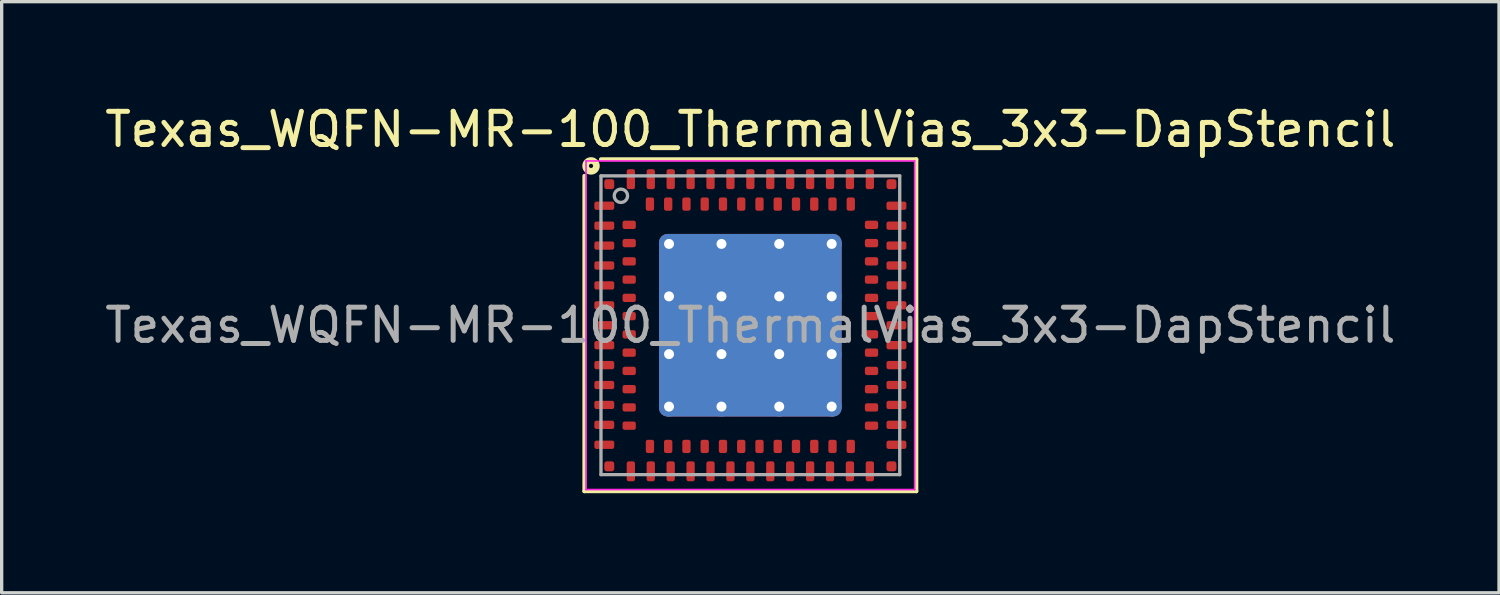
<source format=kicad_pcb>
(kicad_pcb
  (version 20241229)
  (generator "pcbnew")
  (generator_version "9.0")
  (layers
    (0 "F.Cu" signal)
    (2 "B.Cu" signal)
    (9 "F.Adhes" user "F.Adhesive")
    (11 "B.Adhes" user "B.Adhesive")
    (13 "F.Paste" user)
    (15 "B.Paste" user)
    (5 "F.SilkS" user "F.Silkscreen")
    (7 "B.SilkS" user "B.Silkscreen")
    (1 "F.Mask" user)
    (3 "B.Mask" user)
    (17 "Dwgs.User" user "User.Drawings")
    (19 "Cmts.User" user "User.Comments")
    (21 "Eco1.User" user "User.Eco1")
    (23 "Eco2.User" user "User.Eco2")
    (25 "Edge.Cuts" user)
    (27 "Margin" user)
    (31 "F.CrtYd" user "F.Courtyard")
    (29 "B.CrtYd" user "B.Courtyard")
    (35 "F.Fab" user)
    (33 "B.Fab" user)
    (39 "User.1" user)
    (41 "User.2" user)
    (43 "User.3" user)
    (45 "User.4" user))
  (footprint "Texas_WQFN-MR-100_ThermalVias_3x3-DapStencil"
    (layer "F.Cu")
    (at 19.554 6.748)
    (property "Reference" "Texas_WQFN-MR-100_ThermalVias_3x3-DapStencil" (at 0 -5.9 0) (layer "F.SilkS") (effects (font (size 1 1) (thickness 0.15))))
    (attr smd)
    (fp_line (start -5 5) (end -5 -4.5) (stroke (width 0.12) (type solid)) (layer "F.SilkS"))
    (fp_line (start -4.5 -5) (end 5 -5) (stroke (width 0.12) (type solid)) (layer "F.SilkS"))
    (fp_line (start 5 -5) (end 5 5) (stroke (width 0.12) (type solid)) (layer "F.SilkS"))
    (fp_line (start 5 5) (end -5 5) (stroke (width 0.12) (type solid)) (layer "F.SilkS"))
    (fp_circle (center -4.8 -4.8) (end -4.737 -4.8) (stroke (width 0.2) (type solid)) (fill no) (layer "F.SilkS"))
    (fp_line (start -4.95 -4.95) (end 4.95 -4.95) (stroke (width 0.05) (type solid)) (layer "F.CrtYd"))
    (fp_line (start -4.95 4.95) (end -4.95 -4.95) (stroke (width 0.05) (type solid)) (layer "F.CrtYd"))
    (fp_line (start 4.95 -4.95) (end 4.95 4.95) (stroke (width 0.05) (type solid)) (layer "F.CrtYd"))
    (fp_line (start 4.95 4.95) (end -4.95 4.95) (stroke (width 0.05) (type solid)) (layer "F.CrtYd"))
    (fp_line (start -4.5 -4.5) (end -4.5 4.5) (stroke (width 0.1) (type solid)) (layer "F.Fab"))
    (fp_line (start -4.5 -4.5) (end 4.5 -4.5) (stroke (width 0.1) (type solid)) (layer "F.Fab"))
    (fp_line (start -4.5 4.5) (end 4.5 4.5) (stroke (width 0.1) (type solid)) (layer "F.Fab"))
    (fp_line (start 4.5 -4.5) (end 4.5 4.5) (stroke (width 0.1) (type solid)) (layer "F.Fab"))
    (fp_circle (center -3.9 -3.9) (end -3.7 -3.9) (stroke (width 0.1) (type solid)) (fill no) (layer "F.Fab"))
    (fp_text user "${REFERENCE}" (at 0 0 0) (layer "F.Fab") (effects (font (size 1 1) (thickness 0.15))))
    (pad "" smd roundrect (at -1.66 -1.66) (size 1.5 1.5) (layers "F.Paste") (roundrect_rratio 0.167))
    (pad "" smd roundrect (at -1.66 0) (size 1.5 1.5) (layers "F.Paste") (roundrect_rratio 0.167))
    (pad "" smd roundrect (at -1.66 1.66) (size 1.5 1.5) (layers "F.Paste") (roundrect_rratio 0.167))
    (pad "" smd roundrect (at 0 -1.66) (size 1.5 1.5) (layers "F.Paste") (roundrect_rratio 0.167))
    (pad "" smd roundrect (at 0 0) (size 1.5 1.5) (layers "F.Paste") (roundrect_rratio 0.167))
    (pad "" smd roundrect (at 0 1.66) (size 1.5 1.5) (layers "F.Paste") (roundrect_rratio 0.167))
    (pad "" smd roundrect (at 1.66 -1.66) (size 1.5 1.5) (layers "F.Paste") (roundrect_rratio 0.167))
    (pad "" smd roundrect (at 1.66 0) (size 1.5 1.5) (layers "F.Paste") (roundrect_rratio 0.167))
    (pad "" smd roundrect (at 1.66 1.66) (size 1.5 1.5) (layers "F.Paste") (roundrect_rratio 0.167))
    (pad "A1" smd roundrect (at -4.4 -3.6 90) (size 0.25 0.6) (layers "F.Cu" "F.Mask" "F.Paste") (roundrect_rratio 0.25))
    (pad "A2" smd roundrect (at -4.4 -3 90) (size 0.25 0.6) (layers "F.Cu" "F.Mask" "F.Paste") (roundrect_rratio 0.25))
    (pad "A3" smd roundrect (at -4.4 -2.4 90) (size 0.25 0.6) (layers "F.Cu" "F.Mask" "F.Paste") (roundrect_rratio 0.25))
    (pad "A4" smd roundrect (at -4.4 -1.8 90) (size 0.25 0.6) (layers "F.Cu" "F.Mask" "F.Paste") (roundrect_rratio 0.25))
    (pad "A5" smd roundrect (at -4.4 -1.2 90) (size 0.25 0.6) (layers "F.Cu" "F.Mask" "F.Paste") (roundrect_rratio 0.25))
    (pad "A6" smd roundrect (at -4.4 -0.6 90) (size 0.25 0.6) (layers "F.Cu" "F.Mask" "F.Paste") (roundrect_rratio 0.25))
    (pad "A7" smd roundrect (at -4.4 0 90) (size 0.25 0.6) (layers "F.Cu" "F.Mask" "F.Paste") (roundrect_rratio 0.25))
    (pad "A8" smd roundrect (at -4.4 0.6 90) (size 0.25 0.6) (layers "F.Cu" "F.Mask" "F.Paste") (roundrect_rratio 0.25))
    (pad "A9" smd roundrect (at -4.4 1.2 90) (size 0.25 0.6) (layers "F.Cu" "F.Mask" "F.Paste") (roundrect_rratio 0.25))
    (pad "A10" smd roundrect (at -4.4 1.8 90) (size 0.25 0.6) (layers "F.Cu" "F.Mask" "F.Paste") (roundrect_rratio 0.25))
    (pad "A11" smd roundrect (at -4.4 2.4 90) (size 0.25 0.6) (layers "F.Cu" "F.Mask" "F.Paste") (roundrect_rratio 0.25))
    (pad "A12" smd roundrect (at -4.4 3 90) (size 0.25 0.6) (layers "F.Cu" "F.Mask" "F.Paste") (roundrect_rratio 0.25))
    (pad "A13" smd roundrect (at -4.4 3.6 90) (size 0.25 0.6) (layers "F.Cu" "F.Mask" "F.Paste") (roundrect_rratio 0.25))
    (pad "A14" smd roundrect (at -3.6 4.4) (size 0.25 0.6) (layers "F.Cu" "F.Mask" "F.Paste") (roundrect_rratio 0.25))
    (pad "A15" smd roundrect (at -3 4.4) (size 0.25 0.6) (layers "F.Cu" "F.Mask" "F.Paste") (roundrect_rratio 0.25))
    (pad "A16" smd roundrect (at -2.4 4.4) (size 0.25 0.6) (layers "F.Cu" "F.Mask" "F.Paste") (roundrect_rratio 0.25))
    (pad "A17" smd roundrect (at -1.8 4.4) (size 0.25 0.6) (layers "F.Cu" "F.Mask" "F.Paste") (roundrect_rratio 0.25))
    (pad "A18" smd roundrect (at -1.2 4.4) (size 0.25 0.6) (layers "F.Cu" "F.Mask" "F.Paste") (roundrect_rratio 0.25))
    (pad "A19" smd roundrect (at -0.6 4.4) (size 0.25 0.6) (layers "F.Cu" "F.Mask" "F.Paste") (roundrect_rratio 0.25))
    (pad "A20" smd roundrect (at 0 4.4) (size 0.25 0.6) (layers "F.Cu" "F.Mask" "F.Paste") (roundrect_rratio 0.25))
    (pad "A21" smd roundrect (at 0.6 4.4) (size 0.25 0.6) (layers "F.Cu" "F.Mask" "F.Paste") (roundrect_rratio 0.25))
    (pad "A22" smd roundrect (at 1.2 4.4) (size 0.25 0.6) (layers "F.Cu" "F.Mask" "F.Paste") (roundrect_rratio 0.25))
    (pad "A23" smd roundrect (at 1.8 4.4) (size 0.25 0.6) (layers "F.Cu" "F.Mask" "F.Paste") (roundrect_rratio 0.25))
    (pad "A24" smd roundrect (at 2.4 4.4) (size 0.25 0.6) (layers "F.Cu" "F.Mask" "F.Paste") (roundrect_rratio 0.25))
    (pad "A25" smd roundrect (at 3 4.4) (size 0.25 0.6) (layers "F.Cu" "F.Mask" "F.Paste") (roundrect_rratio 0.25))
    (pad "A26" smd roundrect (at 3.6 4.4) (size 0.25 0.6) (layers "F.Cu" "F.Mask" "F.Paste") (roundrect_rratio 0.25))
    (pad "A27" smd roundrect (at 4.4 3.6 90) (size 0.25 0.6) (layers "F.Cu" "F.Mask" "F.Paste") (roundrect_rratio 0.25))
    (pad "A28" smd roundrect (at 4.4 3 90) (size 0.25 0.6) (layers "F.Cu" "F.Mask" "F.Paste") (roundrect_rratio 0.25))
    (pad "A29" smd roundrect (at 4.4 2.4 90) (size 0.25 0.6) (layers "F.Cu" "F.Mask" "F.Paste") (roundrect_rratio 0.25))
    (pad "A30" smd roundrect (at 4.4 1.8 90) (size 0.25 0.6) (layers "F.Cu" "F.Mask" "F.Paste") (roundrect_rratio 0.25))
    (pad "A31" smd roundrect (at 4.4 1.2 90) (size 0.25 0.6) (layers "F.Cu" "F.Mask" "F.Paste") (roundrect_rratio 0.25))
    (pad "A32" smd roundrect (at 4.4 0.6 90) (size 0.25 0.6) (layers "F.Cu" "F.Mask" "F.Paste") (roundrect_rratio 0.25))
    (pad "A33" smd roundrect (at 4.4 0 90) (size 0.25 0.6) (layers "F.Cu" "F.Mask" "F.Paste") (roundrect_rratio 0.25))
    (pad "A34" smd roundrect (at 4.4 -0.6 90) (size 0.25 0.6) (layers "F.Cu" "F.Mask" "F.Paste") (roundrect_rratio 0.25))
    (pad "A35" smd roundrect (at 4.4 -1.2 90) (size 0.25 0.6) (layers "F.Cu" "F.Mask" "F.Paste") (roundrect_rratio 0.25))
    (pad "A36" smd roundrect (at 4.4 -1.8 90) (size 0.25 0.6) (layers "F.Cu" "F.Mask" "F.Paste") (roundrect_rratio 0.25))
    (pad "A37" smd roundrect (at 4.4 -2.4 90) (size 0.25 0.6) (layers "F.Cu" "F.Mask" "F.Paste") (roundrect_rratio 0.25))
    (pad "A38" smd roundrect (at 4.4 -3 90) (size 0.25 0.6) (layers "F.Cu" "F.Mask" "F.Paste") (roundrect_rratio 0.25))
    (pad "A39" smd roundrect (at 4.4 -3.6 90) (size 0.25 0.6) (layers "F.Cu" "F.Mask" "F.Paste") (roundrect_rratio 0.25))
    (pad "A40" smd roundrect (at 3.6 -4.4) (size 0.25 0.6) (layers "F.Cu" "F.Mask" "F.Paste") (roundrect_rratio 0.25))
    (pad "A41" smd roundrect (at 3 -4.4) (size 0.25 0.6) (layers "F.Cu" "F.Mask" "F.Paste") (roundrect_rratio 0.25))
    (pad "A42" smd roundrect (at 2.4 -4.4) (size 0.25 0.6) (layers "F.Cu" "F.Mask" "F.Paste") (roundrect_rratio 0.25))
    (pad "A43" smd roundrect (at 1.8 -4.4) (size 0.25 0.6) (layers "F.Cu" "F.Mask" "F.Paste") (roundrect_rratio 0.25))
    (pad "A44" smd roundrect (at 1.2 -4.4) (size 0.25 0.6) (layers "F.Cu" "F.Mask" "F.Paste") (roundrect_rratio 0.25))
    (pad "A45" smd roundrect (at 0.6 -4.4) (size 0.25 0.6) (layers "F.Cu" "F.Mask" "F.Paste") (roundrect_rratio 0.25))
    (pad "A46" smd roundrect (at 0 -4.4) (size 0.25 0.6) (layers "F.Cu" "F.Mask" "F.Paste") (roundrect_rratio 0.25))
    (pad "A47" smd roundrect (at -0.6 -4.4) (size 0.25 0.6) (layers "F.Cu" "F.Mask" "F.Paste") (roundrect_rratio 0.25))
    (pad "A48" smd roundrect (at -1.2 -4.4) (size 0.25 0.6) (layers "F.Cu" "F.Mask" "F.Paste") (roundrect_rratio 0.25))
    (pad "A49" smd roundrect (at -1.8 -4.4) (size 0.25 0.6) (layers "F.Cu" "F.Mask" "F.Paste") (roundrect_rratio 0.25))
    (pad "A50" smd roundrect (at -2.4 -4.4) (size 0.25 0.6) (layers "F.Cu" "F.Mask" "F.Paste") (roundrect_rratio 0.25))
    (pad "A51" smd roundrect (at -3 -4.4) (size 0.25 0.6) (layers "F.Cu" "F.Mask" "F.Paste") (roundrect_rratio 0.25))
    (pad "A52" smd roundrect (at -3.6 -4.4) (size 0.25 0.6) (layers "F.Cu" "F.Mask" "F.Paste") (roundrect_rratio 0.25))
    (pad "A53" thru_hole circle (at -2.45 -2.45) (size 0.6 0.6) (drill 0.3) (property pad_prop_heatsink) (layers "*.Cu"))
    (pad "A53" thru_hole circle (at -2.45 -0.87) (size 0.6 0.6) (drill 0.3) (property pad_prop_heatsink) (layers "*.Cu"))
    (pad "A53" thru_hole circle (at -2.45 0.87) (size 0.6 0.6) (drill 0.3) (property pad_prop_heatsink) (layers "*.Cu"))
    (pad "A53" thru_hole circle (at -2.45 2.45) (size 0.6 0.6) (drill 0.3) (property pad_prop_heatsink) (layers "*.Cu"))
    (pad "A53" thru_hole circle (at -0.87 -2.45) (size 0.6 0.6) (drill 0.3) (property pad_prop_heatsink) (layers "*.Cu"))
    (pad "A53" thru_hole circle (at -0.87 -0.87) (size 0.6 0.6) (drill 0.3) (property pad_prop_heatsink) (layers "*.Cu"))
    (pad "A53" thru_hole circle (at -0.87 0.87) (size 0.6 0.6) (drill 0.3) (property pad_prop_heatsink) (layers "*.Cu"))
    (pad "A53" thru_hole circle (at -0.87 2.45) (size 0.6 0.6) (drill 0.3) (property pad_prop_heatsink) (layers "*.Cu"))
    (pad "A53" smd roundrect (at 0 0) (size 5.5 5.5) (layers "F.Cu" "F.Mask") (roundrect_rratio 0.045))
    (pad "A53" smd roundrect (at 0 0) (size 5.5 5.5) (layers "B.Cu" "B.Mask") (roundrect_rratio 0.045))
    (pad "A53" thru_hole circle (at 0.87 -2.45) (size 0.6 0.6) (drill 0.3) (property pad_prop_heatsink) (layers "*.Cu"))
    (pad "A53" thru_hole circle (at 0.87 -0.87) (size 0.6 0.6) (drill 0.3) (property pad_prop_heatsink) (layers "*.Cu"))
    (pad "A53" thru_hole circle (at 0.87 0.87) (size 0.6 0.6) (drill 0.3) (property pad_prop_heatsink) (layers "*.Cu"))
    (pad "A53" thru_hole circle (at 0.87 2.45) (size 0.6 0.6) (drill 0.3) (property pad_prop_heatsink) (layers "*.Cu"))
    (pad "A53" thru_hole circle (at 2.45 -2.45) (size 0.6 0.6) (drill 0.3) (property pad_prop_heatsink) (layers "*.Cu"))
    (pad "A53" thru_hole circle (at 2.45 -0.87) (size 0.6 0.6) (drill 0.3) (property pad_prop_heatsink) (layers "*.Cu"))
    (pad "A53" thru_hole circle (at 2.45 0.87) (size 0.6 0.6) (drill 0.3) (property pad_prop_heatsink) (layers "*.Cu"))
    (pad "A53" thru_hole circle (at 2.45 2.45) (size 0.6 0.6) (drill 0.3) (property pad_prop_heatsink) (layers "*.Cu"))
    (pad "B1" smd roundrect (at -3.65 -3.025 90) (size 0.25 0.4) (layers "F.Cu" "F.Mask" "F.Paste") (roundrect_rratio 0.25))
    (pad "B2" smd roundrect (at -3.65 -2.475 90) (size 0.25 0.4) (layers "F.Cu" "F.Mask" "F.Paste") (roundrect_rratio 0.25))
    (pad "B3" smd roundrect (at -3.65 -1.925 90) (size 0.25 0.4) (layers "F.Cu" "F.Mask" "F.Paste") (roundrect_rratio 0.25))
    (pad "B4" smd roundrect (at -3.65 -1.375 90) (size 0.25 0.4) (layers "F.Cu" "F.Mask" "F.Paste") (roundrect_rratio 0.25))
    (pad "B5" smd roundrect (at -3.65 -0.825 90) (size 0.25 0.4) (layers "F.Cu" "F.Mask" "F.Paste") (roundrect_rratio 0.25))
    (pad "B6" smd roundrect (at -3.65 -0.275 90) (size 0.25 0.4) (layers "F.Cu" "F.Mask" "F.Paste") (roundrect_rratio 0.25))
    (pad "B7" smd roundrect (at -3.65 0.275 90) (size 0.25 0.4) (layers "F.Cu" "F.Mask" "F.Paste") (roundrect_rratio 0.25))
    (pad "B8" smd roundrect (at -3.65 0.825 90) (size 0.25 0.4) (layers "F.Cu" "F.Mask" "F.Paste") (roundrect_rratio 0.25))
    (pad "B9" smd roundrect (at -3.65 1.375 90) (size 0.25 0.4) (layers "F.Cu" "F.Mask" "F.Paste") (roundrect_rratio 0.25))
    (pad "B10" smd roundrect (at -3.65 1.925 90) (size 0.25 0.4) (layers "F.Cu" "F.Mask" "F.Paste") (roundrect_rratio 0.25))
    (pad "B11" smd roundrect (at -3.65 2.475 90) (size 0.25 0.4) (layers "F.Cu" "F.Mask" "F.Paste") (roundrect_rratio 0.25))
    (pad "B12" smd roundrect (at -3.65 3.025 90) (size 0.25 0.4) (layers "F.Cu" "F.Mask" "F.Paste") (roundrect_rratio 0.25))
    (pad "B13" smd roundrect (at -3.025 3.65) (size 0.25 0.4) (layers "F.Cu" "F.Mask" "F.Paste") (roundrect_rratio 0.25))
    (pad "B14" smd roundrect (at -2.475 3.65) (size 0.25 0.4) (layers "F.Cu" "F.Mask" "F.Paste") (roundrect_rratio 0.25))
    (pad "B15" smd roundrect (at -1.925 3.65) (size 0.25 0.4) (layers "F.Cu" "F.Mask" "F.Paste") (roundrect_rratio 0.25))
    (pad "B16" smd roundrect (at -1.375 3.65) (size 0.25 0.4) (layers "F.Cu" "F.Mask" "F.Paste") (roundrect_rratio 0.25))
    (pad "B17" smd roundrect (at -0.825 3.65) (size 0.25 0.4) (layers "F.Cu" "F.Mask" "F.Paste") (roundrect_rratio 0.25))
    (pad "B18" smd roundrect (at -0.275 3.65) (size 0.25 0.4) (layers "F.Cu" "F.Mask" "F.Paste") (roundrect_rratio 0.25))
    (pad "B19" smd roundrect (at 0.275 3.65) (size 0.25 0.4) (layers "F.Cu" "F.Mask" "F.Paste") (roundrect_rratio 0.25))
    (pad "B20" smd roundrect (at 0.825 3.65) (size 0.25 0.4) (layers "F.Cu" "F.Mask" "F.Paste") (roundrect_rratio 0.25))
    (pad "B21" smd roundrect (at 1.375 3.65) (size 0.25 0.4) (layers "F.Cu" "F.Mask" "F.Paste") (roundrect_rratio 0.25))
    (pad "B22" smd roundrect (at 1.925 3.65) (size 0.25 0.4) (layers "F.Cu" "F.Mask" "F.Paste") (roundrect_rratio 0.25))
    (pad "B23" smd roundrect (at 2.475 3.65) (size 0.25 0.4) (layers "F.Cu" "F.Mask" "F.Paste") (roundrect_rratio 0.25))
    (pad "B24" smd roundrect (at 3.025 3.65) (size 0.25 0.4) (layers "F.Cu" "F.Mask" "F.Paste") (roundrect_rratio 0.25))
    (pad "B25" smd roundrect (at 3.65 3.025 90) (size 0.25 0.4) (layers "F.Cu" "F.Mask" "F.Paste") (roundrect_rratio 0.25))
    (pad "B26" smd roundrect (at 3.65 2.475 90) (size 0.25 0.4) (layers "F.Cu" "F.Mask" "F.Paste") (roundrect_rratio 0.25))
    (pad "B27" smd roundrect (at 3.65 1.925 90) (size 0.25 0.4) (layers "F.Cu" "F.Mask" "F.Paste") (roundrect_rratio 0.25))
    (pad "B28" smd roundrect (at 3.65 1.375 90) (size 0.25 0.4) (layers "F.Cu" "F.Mask" "F.Paste") (roundrect_rratio 0.25))
    (pad "B29" smd roundrect (at 3.65 0.825 90) (size 0.25 0.4) (layers "F.Cu" "F.Mask" "F.Paste") (roundrect_rratio 0.25))
    (pad "B30" smd roundrect (at 3.65 0.275 90) (size 0.25 0.4) (layers "F.Cu" "F.Mask" "F.Paste") (roundrect_rratio 0.25))
    (pad "B31" smd roundrect (at 3.65 -0.275 90) (size 0.25 0.4) (layers "F.Cu" "F.Mask" "F.Paste") (roundrect_rratio 0.25))
    (pad "B32" smd roundrect (at 3.65 -0.825 90) (size 0.25 0.4) (layers "F.Cu" "F.Mask" "F.Paste") (roundrect_rratio 0.25))
    (pad "B33" smd roundrect (at 3.65 -1.375 90) (size 0.25 0.4) (layers "F.Cu" "F.Mask" "F.Paste") (roundrect_rratio 0.25))
    (pad "B34" smd roundrect (at 3.65 -1.925 90) (size 0.25 0.4) (layers "F.Cu" "F.Mask" "F.Paste") (roundrect_rratio 0.25))
    (pad "B35" smd roundrect (at 3.65 -2.475 90) (size 0.25 0.4) (layers "F.Cu" "F.Mask" "F.Paste") (roundrect_rratio 0.25))
    (pad "B36" smd roundrect (at 3.65 -3.025 90) (size 0.25 0.4) (layers "F.Cu" "F.Mask" "F.Paste") (roundrect_rratio 0.25))
    (pad "B37" smd roundrect (at 3.025 -3.65) (size 0.25 0.4) (layers "F.Cu" "F.Mask" "F.Paste") (roundrect_rratio 0.25))
    (pad "B38" smd roundrect (at 2.475 -3.65) (size 0.25 0.4) (layers "F.Cu" "F.Mask" "F.Paste") (roundrect_rratio 0.25))
    (pad "B39" smd roundrect (at 1.925 -3.65) (size 0.25 0.4) (layers "F.Cu" "F.Mask" "F.Paste") (roundrect_rratio 0.25))
    (pad "B40" smd roundrect (at 1.375 -3.65) (size 0.25 0.4) (layers "F.Cu" "F.Mask" "F.Paste") (roundrect_rratio 0.25))
    (pad "B41" smd roundrect (at 0.825 -3.65) (size 0.25 0.4) (layers "F.Cu" "F.Mask" "F.Paste") (roundrect_rratio 0.25))
    (pad "B42" smd roundrect (at 0.275 -3.65) (size 0.25 0.4) (layers "F.Cu" "F.Mask" "F.Paste") (roundrect_rratio 0.25))
    (pad "B43" smd roundrect (at -0.275 -3.65) (size 0.25 0.4) (layers "F.Cu" "F.Mask" "F.Paste") (roundrect_rratio 0.25))
    (pad "B44" smd roundrect (at -0.825 -3.65) (size 0.25 0.4) (layers "F.Cu" "F.Mask" "F.Paste") (roundrect_rratio 0.25))
    (pad "B45" smd roundrect (at -1.375 -3.65) (size 0.25 0.4) (layers "F.Cu" "F.Mask" "F.Paste") (roundrect_rratio 0.25))
    (pad "B46" smd roundrect (at -1.925 -3.65) (size 0.25 0.4) (layers "F.Cu" "F.Mask" "F.Paste") (roundrect_rratio 0.25))
    (pad "B47" smd roundrect (at -2.475 -3.65) (size 0.25 0.4) (layers "F.Cu" "F.Mask" "F.Paste") (roundrect_rratio 0.25))
    (pad "B48" smd roundrect (at -3.025 -3.65) (size 0.25 0.4) (layers "F.Cu" "F.Mask" "F.Paste") (roundrect_rratio 0.25))
    (pad "C1" smd roundrect (at -4.25 -4.25) (size 0.3 0.3) (layers "F.Cu" "F.Mask" "F.Paste") (roundrect_rratio 0.25))
    (pad "C2" smd roundrect (at -4.25 4.25) (size 0.3 0.3) (layers "F.Cu" "F.Mask" "F.Paste") (roundrect_rratio 0.25))
    (pad "C3" smd roundrect (at 4.25 4.25) (size 0.3 0.3) (layers "F.Cu" "F.Mask" "F.Paste") (roundrect_rratio 0.25))
    (pad "C4" smd roundrect (at 4.25 -4.25) (size 0.3 0.3) (layers "F.Cu" "F.Mask" "F.Paste") (roundrect_rratio 0.25)))
  (gr_rect
    (start -3 -3)
    (end 42.107 14.808)
    (stroke (width 0.1) (type default))
    (fill no)
    (layer "Edge.Cuts")))
</source>
